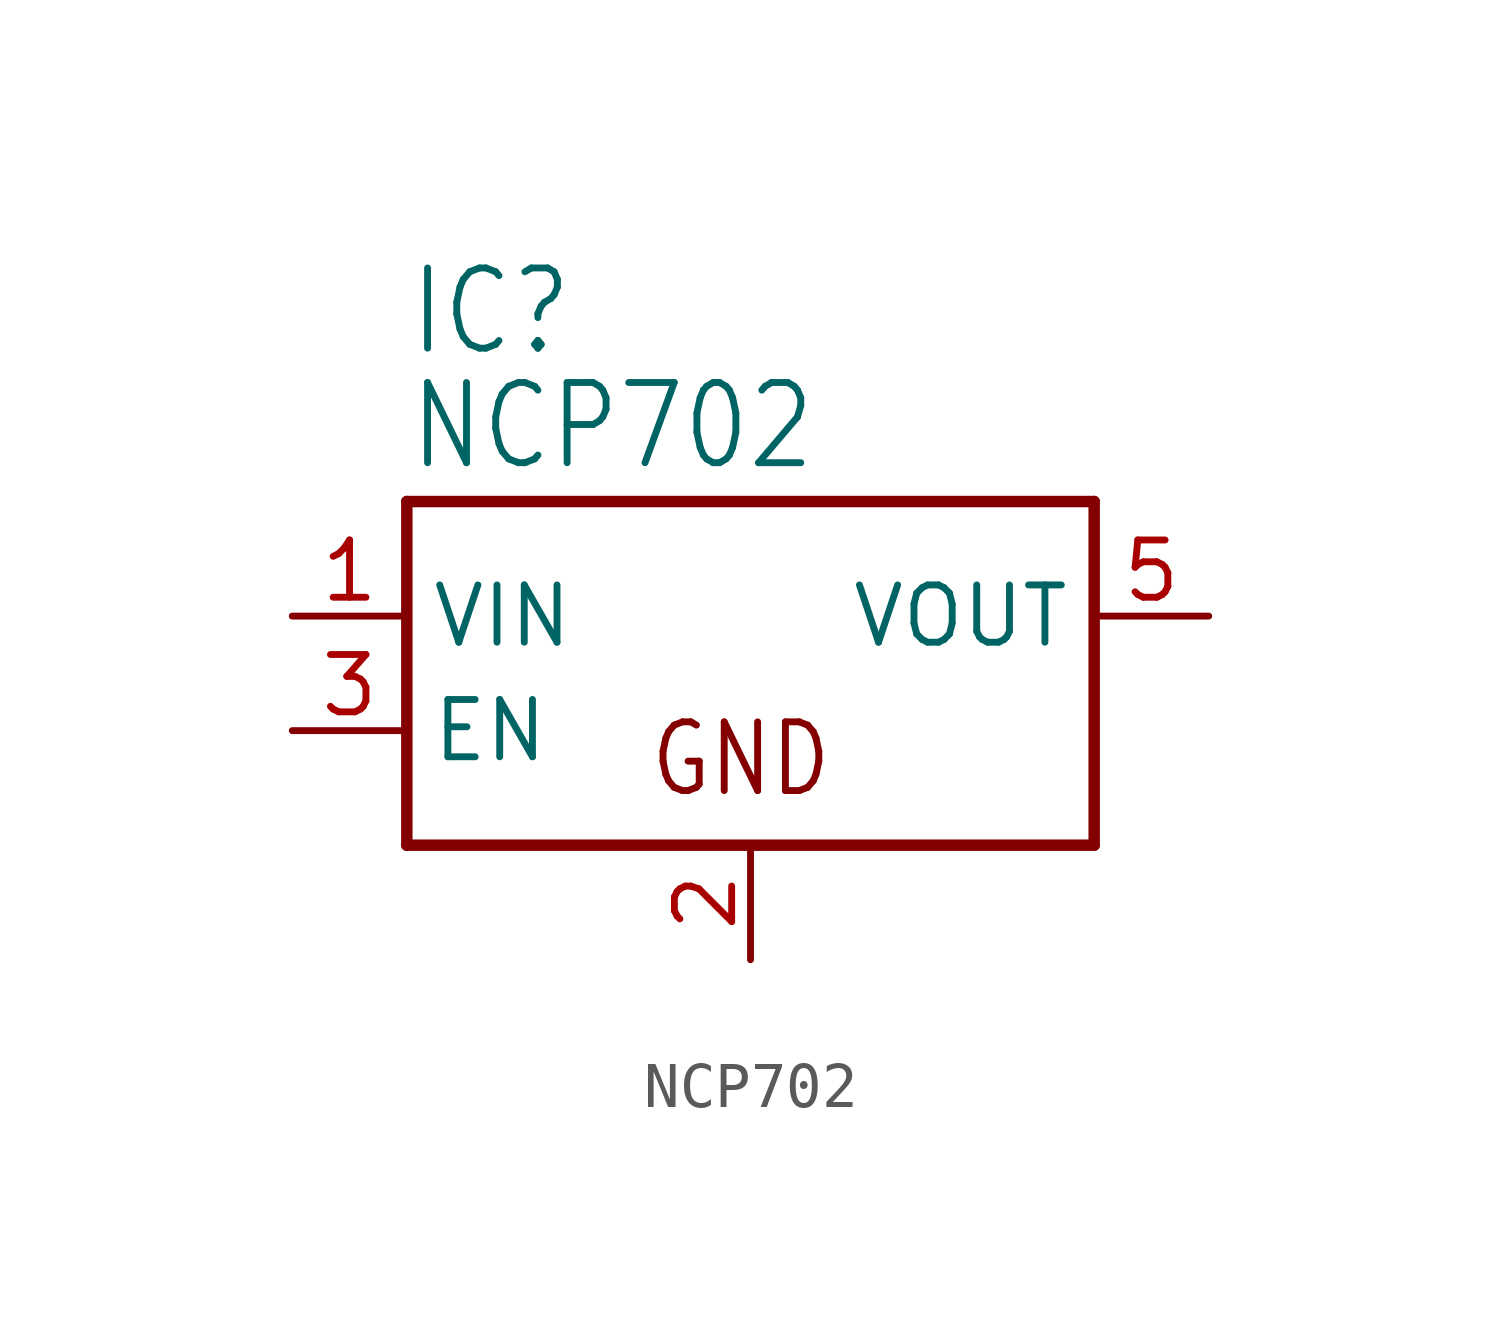
<source format=kicad_sym>
(kicad_symbol_lib
  (version 20201005)
  (generator kicad_symbol_editor)
  (symbol "NCP702"
    (property "Reference" "IC"
      (at -7.62 5.715 0)
      (effects (font (size 1.778 1.511)) (justify left bottom)))
    (property "Value" "NCP702"
      (at -7.62 3.175 0)
      (effects (font (size 1.778 1.511)) (justify left bottom)))
    (property "ki_locked" ""
      (at 0 0 0)
      (effects (font (size 1.27 1.27))))
    (symbol "NCP702_1_0"
      (text "GND" (at -2.286 -4.064 0) (effects (font (size 1.524 1.295)) (justify left bottom)))
      (polyline (pts (xy -7.62 -5.08) (xy 7.62 -5.08)) (stroke (width 0.254)) (fill (type none)))
      (polyline (pts (xy -7.62 2.54) (xy -7.62 -5.08)) (stroke (width 0.254)) (fill (type none)))
      (polyline (pts (xy 7.62 -5.08) (xy 7.62 2.54)) (stroke (width 0.254)) (fill (type none)))
      (polyline (pts (xy 7.62 2.54) (xy -7.62 2.54)) (stroke (width 0.254)) (fill (type none)))
      (pin power_in line (at -10.16 0 0) (length 2.54) (name "VIN" (effects (font (size 1.27 1.27)))) (number "1" (effects (font (size 1.27 1.27)))))
      (pin power_in line (at 0 -7.62 90) (length 2.54) (name "GND" (effects (font (size 0 0)))) (number "2" (effects (font (size 1.27 1.27)))))
      (pin input line (at -10.16 -2.54 0) (length 2.54) (name "EN" (effects (font (size 1.27 1.27)))) (number "3" (effects (font (size 1.27 1.27)))))
      (pin power_in line (at 10.16 0 180) (length 2.54) (name "VOUT" (effects (font (size 1.27 1.27)))) (number "5" (effects (font (size 1.27 1.27))))))))
</source>
